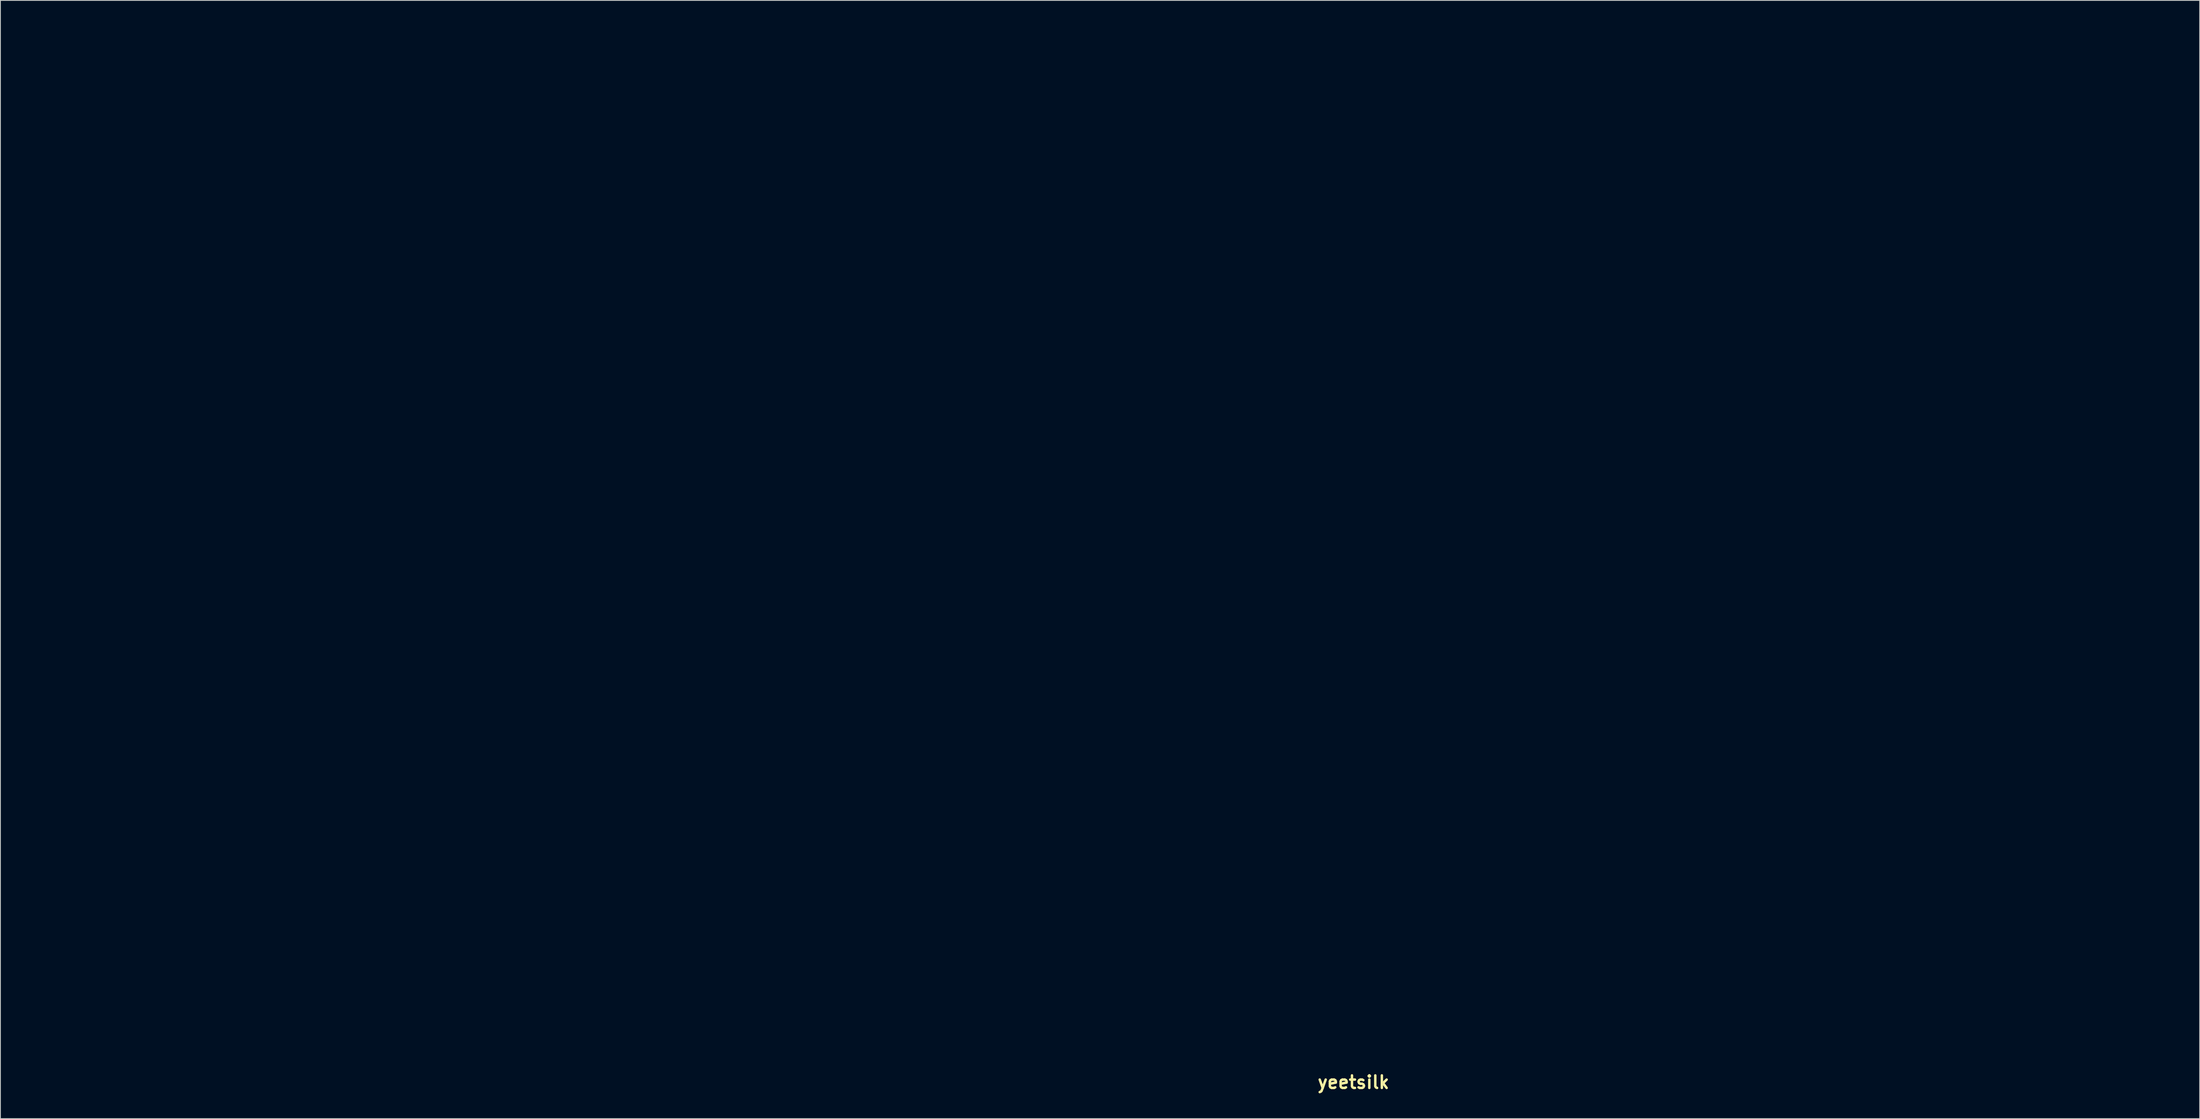
<source format=kicad_pcb>
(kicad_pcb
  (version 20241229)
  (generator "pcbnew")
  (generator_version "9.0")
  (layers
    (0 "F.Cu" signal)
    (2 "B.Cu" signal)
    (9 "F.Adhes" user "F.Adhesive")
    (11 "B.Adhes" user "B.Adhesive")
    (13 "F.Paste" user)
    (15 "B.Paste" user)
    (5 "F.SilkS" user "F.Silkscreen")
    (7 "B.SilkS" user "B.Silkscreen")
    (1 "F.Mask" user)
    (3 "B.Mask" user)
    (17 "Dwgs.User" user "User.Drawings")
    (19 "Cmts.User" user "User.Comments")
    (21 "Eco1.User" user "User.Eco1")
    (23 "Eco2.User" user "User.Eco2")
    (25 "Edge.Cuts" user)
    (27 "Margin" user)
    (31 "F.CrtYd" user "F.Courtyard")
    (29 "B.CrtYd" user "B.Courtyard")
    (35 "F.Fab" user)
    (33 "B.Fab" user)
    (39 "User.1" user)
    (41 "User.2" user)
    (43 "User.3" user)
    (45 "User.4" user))
  (footprint "yeetsilk"
    (layer "F.Cu")
    (at 161.325 128.492)
    (property "Reference" "yeetsilk" (at 0 0 0) (layer "F.SilkS") (effects (font (size 1.524 1.524) (thickness 0.3))))
    (attr through_hole)
    (fp_poly (pts (xy 30.885 -128.403) (xy 31.946 -128.137) (xy 33.335 -127.569) (xy 34.394 -126.758) (xy 35.159 -125.65) (xy 35.664 -124.189) (xy 35.946 -122.32) (xy 35.98 -121.87) (xy 36.035 -120.463) (xy 35.976 -119.296) (xy 35.781 -118.11) (xy 35.605 -117.348) (xy 35.318 -116.121) (xy 35.043 -114.856) (xy 34.834 -113.799) (xy 34.81 -113.665) (xy 34.611 -112.72) (xy 34.308 -111.501) (xy 33.955 -110.218) (xy 33.809 -109.728) (xy 33.411 -108.396) (xy 32.994 -106.966) (xy 32.633 -105.69) (xy 32.541 -105.357) (xy 32.218 -104.322) (xy 31.748 -103.004) (xy 31.199 -101.585) (xy 30.706 -100.404) (xy 30.048 -98.872) (xy 29.31 -97.13) (xy 28.598 -95.429) (xy 28.184 -94.424) (xy 26.961 -91.44) (xy 27.605 -91.44) (xy 27.985 -91.453) (xy 28.818 -91.491) (xy 30.052 -91.551) (xy 31.633 -91.63) (xy 33.508 -91.726) (xy 35.623 -91.836) (xy 37.926 -91.957) (xy 40.096 -92.072) (xy 43.919 -92.272) (xy 48.098 -92.484) (xy 52.527 -92.702) (xy 57.098 -92.921) (xy 61.704 -93.137) (xy 66.237 -93.344) (xy 70.591 -93.538) (xy 74.656 -93.713) (xy 78.327 -93.864) (xy 78.486 -93.87) (xy 80.418 -93.91) (xy 82.535 -93.889) (xy 84.76 -93.813) (xy 87.018 -93.69) (xy 89.23 -93.525) (xy 91.321 -93.325) (xy 93.214 -93.097) (xy 94.831 -92.847) (xy 96.097 -92.582) (xy 96.935 -92.308) (xy 96.958 -92.297) (xy 98.155 -91.564) (xy 98.976 -90.632) (xy 99.549 -89.355) (xy 99.559 -89.325) (xy 99.762 -87.922) (xy 99.514 -86.527) (xy 98.862 -85.24) (xy 97.851 -84.165) (xy 96.896 -83.563) (xy 95.702 -82.985) (xy 88.681 -83.563) (xy 81.661 -84.14) (xy 66.929 -83.47) (xy 63.567 -83.316) (xy 60.106 -83.154) (xy 56.591 -82.987) (xy 53.064 -82.817) (xy 49.569 -82.646) (xy 46.15 -82.477) (xy 42.849 -82.312) (xy 39.711 -82.152) (xy 36.779 -82) (xy 34.096 -81.859) (xy 31.705 -81.731) (xy 29.651 -81.617) (xy 27.976 -81.52) (xy 26.725 -81.442) (xy 25.971 -81.388) (xy 24.13 -81.237) (xy 24.13 -80.293) (xy 24.16 -79.511) (xy 24.245 -78.314) (xy 24.374 -76.791) (xy 24.539 -75.033) (xy 24.73 -73.127) (xy 24.937 -71.164) (xy 25.151 -69.232) (xy 25.363 -67.42) (xy 25.562 -65.819) (xy 25.741 -64.517) (xy 25.889 -63.603) (xy 25.908 -63.5) (xy 26.167 -62.136) (xy 26.423 -60.661) (xy 26.632 -59.344) (xy 26.674 -59.055) (xy 26.871 -57.827) (xy 27.117 -56.553) (xy 27.36 -55.507) (xy 27.362 -55.499) (xy 27.632 -54.662) (xy 28.027 -53.644) (xy 28.495 -52.561) (xy 28.981 -51.529) (xy 29.431 -50.667) (xy 29.79 -50.091) (xy 29.945 -49.928) (xy 30.154 -50.039) (xy 30.344 -50.508) (xy 30.359 -50.572) (xy 30.712 -51.376) (xy 31.368 -52.267) (xy 32.183 -53.085) (xy 33.015 -53.671) (xy 33.202 -53.76) (xy 34.593 -54.09) (xy 36.039 -54.001) (xy 37.404 -53.53) (xy 38.552 -52.71) (xy 38.943 -52.263) (xy 39.648 -51.061) (xy 40.016 -49.735) (xy 40.08 -48.15) (xy 40.044 -47.606) (xy 39.73 -45.575) (xy 39.125 -43.852) (xy 38.165 -42.292) (xy 37.31 -41.285) (xy 35.797 -39.894) (xy 34.282 -38.985) (xy 32.702 -38.536) (xy 30.992 -38.524) (xy 29.874 -38.719) (xy 28.379 -39.142) (xy 27.065 -39.709) (xy 25.768 -40.505) (xy 24.337 -41.604) (xy 23.296 -42.513) (xy 22.433 -43.412) (xy 21.667 -44.41) (xy 20.916 -45.62) (xy 20.097 -47.154) (xy 19.771 -47.804) (xy 18.568 -50.594) (xy 17.658 -53.549) (xy 17.003 -56.805) (xy 16.898 -57.509) (xy 16.696 -58.83) (xy 16.465 -60.179) (xy 16.243 -61.338) (xy 16.159 -61.722) (xy 15.977 -62.667) (xy 15.777 -63.935) (xy 15.588 -65.342) (xy 15.467 -66.403) (xy 15.33 -67.671) (xy 15.223 -68.5) (xy 15.126 -68.955) (xy 15.02 -69.103) (xy 14.884 -69.01) (xy 14.751 -68.822) (xy 14.479 -68.433) (xy 13.958 -67.71) (xy 13.242 -66.728) (xy 12.385 -65.559) (xy 11.44 -64.279) (xy 11.338 -64.141) (xy 7.779 -59.576) (xy 3.778 -54.895) (xy -0.625 -50.141) (xy -4.523 -46.206) (xy -6.136 -44.63) (xy -7.469 -43.352) (xy -8.596 -42.307) (xy -9.593 -41.432) (xy -10.536 -40.662) (xy -11.5 -39.934) (xy -12.562 -39.184) (xy -13.798 -38.347) (xy -14.008 -38.207) (xy -16.055 -36.864) (xy -17.795 -35.783) (xy -19.324 -34.916) (xy -20.738 -34.215) (xy -22.132 -33.634) (xy -23.603 -33.123) (xy -25.246 -32.637) (xy -25.273 -32.629) (xy -28.018 -31.967) (xy -30.489 -31.601) (xy -32.822 -31.526) (xy -35.152 -31.736) (xy -37.084 -32.101) (xy -39.164 -32.637) (xy -40.857 -33.241) (xy -42.284 -33.978) (xy -43.566 -34.911) (xy -44.822 -36.104) (xy -45.004 -36.297) (xy -45.89 -37.3) (xy -46.622 -38.277) (xy -47.298 -39.378) (xy -48.02 -40.757) (xy -48.269 -41.265) (xy -49.124 -43.118) (xy -49.745 -44.703) (xy -50.178 -46.178) (xy -50.465 -47.702) (xy -50.652 -49.432) (xy -50.685 -49.858) (xy -50.806 -51.164) (xy -50.95 -51.964) (xy -51.114 -52.259) (xy -51.149 -52.258) (xy -51.411 -52.029) (xy -51.898 -51.478) (xy -52.534 -50.695) (xy -53.086 -49.978) (xy -53.897 -48.984) (xy -55.019 -47.725) (xy -56.382 -46.273) (xy -57.913 -44.698) (xy -59.543 -43.071) (xy -61.199 -41.461) (xy -62.812 -39.94) (xy -64.309 -38.578) (xy -65.621 -37.446) (xy -66.068 -37.082) (xy -68.866 -35.063) (xy -71.701 -33.44) (xy -74.531 -32.226) (xy -77.314 -31.435) (xy -80.01 -31.078) (xy -82.577 -31.168) (xy -84.161 -31.473) (xy -86.838 -32.369) (xy -89.102 -33.551) (xy -90.968 -35.03) (xy -92.451 -36.815) (xy -93.093 -37.903) (xy -93.547 -38.769) (xy -93.908 -39.444) (xy -94.116 -39.816) (xy -94.139 -39.852) (xy -94.396 -39.809) (xy -95.001 -39.606) (xy -95.837 -39.282) (xy -96.07 -39.186) (xy -97.114 -38.786) (xy -98.123 -38.452) (xy -98.892 -38.255) (xy -98.933 -38.247) (xy -99.748 -38.07) (xy -100.772 -37.796) (xy -101.473 -37.583) (xy -102.148 -37.395) (xy -103.232 -37.129) (xy -104.637 -36.805) (xy -106.274 -36.444) (xy -108.053 -36.065) (xy -109.347 -35.797) (xy -111.36 -35.391) (xy -112.985 -35.077) (xy -114.331 -34.842) (xy -115.506 -34.671) (xy -116.62 -34.551) (xy -117.781 -34.467) (xy -119.098 -34.407) (xy -120.607 -34.357) (xy -125.517 -34.212) (xy -126.195 -33.338) (xy -128.305 -30.657) (xy -130.142 -28.402) (xy -131.707 -26.574) (xy -131.826 -26.439) (xy -133.328 -24.919) (xy -135.096 -23.402) (xy -137.011 -21.973) (xy -138.95 -20.719) (xy -140.792 -19.726) (xy -141.966 -19.231) (xy -143.133 -18.929) (xy -144.613 -18.722) (xy -146.244 -18.613) (xy -147.867 -18.609) (xy -149.321 -18.716) (xy -150.447 -18.937) (xy -150.476 -18.946) (xy -152.248 -19.713) (xy -154.072 -20.861) (xy -155.83 -22.292) (xy -157.405 -23.906) (xy -158.678 -25.608) (xy -158.858 -25.901) (xy -160.173 -28.5) (xy -160.993 -31.02) (xy -161.32 -33.49) (xy -161.295 -33.866) (xy -151.363 -33.866) (xy -151.139 -32.581) (xy -150.487 -31.25) (xy -149.419 -29.929) (xy -149.098 -29.616) (xy -148.386 -28.982) (xy -147.846 -28.631) (xy -147.296 -28.481) (xy -146.555 -28.448) (xy -146.528 -28.448) (xy -145.575 -28.522) (xy -144.744 -28.798) (xy -143.913 -29.269) (xy -142.22 -30.409) (xy -140.817 -31.514) (xy -139.525 -32.736) (xy -138.721 -33.596) (xy -137.941 -34.494) (xy -137.502 -35.094) (xy -137.371 -35.446) (xy -137.451 -35.573) (xy -137.853 -35.699) (xy -138.613 -35.861) (xy -139.581 -36.03) (xy -139.827 -36.067) (xy -141.111 -36.271) (xy -142.495 -36.509) (xy -143.637 -36.721) (xy -145.496 -37.055) (xy -146.951 -37.232) (xy -148.083 -37.244) (xy -148.972 -37.084) (xy -149.7 -36.745) (xy -150.348 -36.218) (xy -150.482 -36.081) (xy -151.148 -35.051) (xy -151.363 -33.866) (xy -161.295 -33.866) (xy -161.156 -35.939) (xy -160.502 -38.397) (xy -159.703 -40.24) (xy -158.952 -41.39) (xy -157.855 -42.634) (xy -156.526 -43.874) (xy -155.082 -45.014) (xy -153.639 -45.957) (xy -152.313 -46.607) (xy -151.872 -46.755) (xy -150.778 -46.954) (xy -149.319 -47.062) (xy -147.628 -47.081) (xy -145.838 -47.014) (xy -144.083 -46.861) (xy -142.621 -46.648) (xy -141.318 -46.409) (xy -139.73 -46.118) (xy -138.074 -45.815) (xy -136.779 -45.577) (xy -135.352 -45.334) (xy -133.922 -45.126) (xy -132.659 -44.973) (xy -131.744 -44.9) (xy -130.012 -44.831) (xy -128.103 -48.133) (xy -127.353 -49.431) (xy -126.621 -50.699) (xy -125.979 -51.814) (xy -125.498 -52.65) (xy -125.4 -52.821) (xy -125.066 -53.499) (xy -124.612 -54.556) (xy -124.078 -55.89) (xy -123.505 -57.4) (xy -122.933 -58.983) (xy -122.912 -59.044) (xy -122.307 -60.763) (xy -121.677 -62.546) (xy -121.071 -64.251) (xy -120.538 -65.738) (xy -120.177 -66.739) (xy -119.791 -67.84) (xy -119.505 -68.745) (xy -119.344 -69.36) (xy -119.337 -69.596) (xy -119.339 -69.596) (xy -119.631 -69.443) (xy -120.164 -69.05) (xy -120.599 -68.691) (xy -122.518 -67.271) (xy -124.496 -66.221) (xy -126.459 -65.569) (xy -128.335 -65.345) (xy -129.165 -65.395) (xy -130.546 -65.724) (xy -132.108 -66.346) (xy -133.692 -67.178) (xy -135.14 -68.136) (xy -136.293 -69.135) (xy -136.335 -69.179) (xy -137.196 -70.161) (xy -137.935 -71.17) (xy -138.571 -72.263) (xy -139.12 -73.497) (xy -139.602 -74.93) (xy -140.034 -76.618) (xy -140.435 -78.618) (xy -140.822 -80.988) (xy -141.214 -83.783) (xy -141.383 -85.09) (xy -141.72 -87.855) (xy -141.969 -90.218) (xy -142.132 -92.278) (xy -142.21 -94.135) (xy -142.204 -95.886) (xy -142.115 -97.632) (xy -141.945 -99.469) (xy -141.695 -101.498) (xy -141.598 -102.209) (xy -141.311 -104.163) (xy -141.048 -105.687) (xy -140.785 -106.858) (xy -140.497 -107.751) (xy -140.162 -108.443) (xy -139.756 -109.011) (xy -139.354 -109.436) (xy -138.3 -110.238) (xy -137.135 -110.649) (xy -135.975 -110.744) (xy -134.455 -110.507) (xy -133.125 -109.8) (xy -132.346 -109.068) (xy -131.873 -108.476) (xy -131.531 -107.881) (xy -131.315 -107.206) (xy -131.218 -106.375) (xy -131.235 -105.31) (xy -131.359 -103.933) (xy -131.584 -102.168) (xy -131.713 -101.249) (xy -131.969 -99.384) (xy -132.146 -97.893) (xy -132.252 -96.651) (xy -132.296 -95.531) (xy -132.284 -94.408) (xy -132.238 -93.354) (xy -132.125 -91.786) (xy -131.945 -89.883) (xy -131.716 -87.799) (xy -131.457 -85.689) (xy -131.186 -83.71) (xy -130.922 -82.014) (xy -130.814 -81.407) (xy -130.626 -80.324) (xy -130.446 -79.174) (xy -130.402 -78.867) (xy -130.134 -77.776) (xy -129.682 -76.771) (xy -129.125 -75.989) (xy -128.543 -75.571) (xy -128.531 -75.567) (xy -128.051 -75.582) (xy -127.422 -75.933) (xy -126.952 -76.309) (xy -126.336 -76.811) (xy -125.876 -77.14) (xy -125.717 -77.216) (xy -125.516 -77.429) (xy -125.135 -78.009) (xy -124.623 -78.871) (xy -124.028 -79.926) (xy -123.397 -81.088) (xy -122.777 -82.271) (xy -122.218 -83.388) (xy -121.765 -84.351) (xy -121.664 -84.582) (xy -121.161 -85.702) (xy -120.613 -86.838) (xy -120.135 -87.751) (xy -120.117 -87.783) (xy -119.768 -88.5) (xy -119.348 -89.514) (xy -118.897 -90.705) (xy -118.457 -91.953) (xy -118.07 -93.139) (xy -117.776 -94.144) (xy -117.618 -94.848) (xy -117.602 -95.022) (xy -117.526 -95.405) (xy -117.316 -96.177) (xy -117 -97.246) (xy -116.604 -98.521) (xy -116.326 -99.386) (xy -115.595 -101.495) (xy -114.906 -103.166) (xy -114.222 -104.46) (xy -113.505 -105.441) (xy -112.717 -106.173) (xy -112.014 -106.618) (xy -110.606 -107.101) (xy -109.144 -107.13) (xy -107.728 -106.738) (xy -106.456 -105.957) (xy -105.427 -104.817) (xy -105.193 -104.433) (xy -104.82 -103.565) (xy -104.599 -102.679) (xy -104.575 -102.413) (xy -104.589 -101.683) (xy -104.649 -100.543) (xy -104.745 -99.085) (xy -104.871 -97.404) (xy -105.018 -95.594) (xy -105.179 -93.748) (xy -105.345 -91.961) (xy -105.508 -90.326) (xy -105.661 -88.938) (xy -105.795 -87.891) (xy -105.815 -87.757) (xy -106.023 -86.274) (xy -106.23 -84.596) (xy -106.399 -83.032) (xy -106.432 -82.677) (xy -106.842 -79.329) (xy -107.479 -75.712) (xy -108.306 -71.99) (xy -109.287 -68.328) (xy -110.353 -64.982) (xy -111.444 -61.848) (xy -112.388 -59.153) (xy -113.2 -56.853) (xy -113.898 -54.905) (xy -114.498 -53.268) (xy -115.017 -51.898) (xy -115.472 -50.753) (xy -115.881 -49.79) (xy -116.259 -48.966) (xy -116.623 -48.24) (xy -116.992 -47.568) (xy -117.38 -46.909) (xy -117.741 -46.323) (xy -118.256 -45.484) (xy -118.649 -44.824) (xy -118.855 -44.448) (xy -118.872 -44.403) (xy -118.634 -44.342) (xy -117.96 -44.382) (xy -116.908 -44.515) (xy -115.538 -44.73) (xy -113.91 -45.018) (xy -112.082 -45.37) (xy -110.115 -45.777) (xy -109.855 -45.832) (xy -107.089 -46.44) (xy -104.77 -46.976) (xy -102.846 -47.455) (xy -101.264 -47.892) (xy -99.969 -48.301) (xy -98.91 -48.696) (xy -98.519 -48.862) (xy -97.09 -49.496) (xy -96.959 -53.514) (xy -96.69 -56.719) (xy -86.838 -56.719) (xy -86.699 -56.722) (xy -86.339 -57.116) (xy -85.739 -57.917) (xy -85.516 -58.23) (xy -84.852 -59.222) (xy -84.213 -60.265) (xy -83.762 -61.087) (xy -83.303 -61.985) (xy -82.727 -63.077) (xy -82.208 -64.035) (xy -81.382 -65.824) (xy -80.628 -68.036) (xy -79.972 -70.589) (xy -79.652 -72.156) (xy -79.426 -73.4) (xy -79.297 -74.216) (xy -79.266 -74.67) (xy -79.333 -74.834) (xy -79.499 -74.776) (xy -79.67 -74.644) (xy -80.178 -74.082) (xy -80.823 -73.16) (xy -81.54 -71.987) (xy -82.266 -70.67) (xy -82.939 -69.316) (xy -83.377 -68.326) (xy -83.931 -66.913) (xy -84.511 -65.312) (xy -85.08 -63.637) (xy -85.599 -62.004) (xy -86.033 -60.528) (xy -86.345 -59.324) (xy -86.475 -58.674) (xy -86.611 -57.873) (xy -86.74 -57.232) (xy -86.777 -57.087) (xy -86.838 -56.719) (xy -96.69 -56.719) (xy -96.57 -58.141) (xy -95.717 -62.739) (xy -94.424 -67.195) (xy -93.668 -69.215) (xy -93.345 -70.022) (xy -92.91 -71.12) (xy -92.434 -72.326) (xy -92.21 -72.898) (xy -90.928 -75.599) (xy -89.213 -78.318) (xy -87.127 -80.961) (xy -85.616 -82.581) (xy -83.927 -84.192) (xy -82.413 -85.436) (xy -80.984 -86.376) (xy -79.548 -87.076) (xy -78.755 -87.371) (xy -77.766 -87.666) (xy -76.994 -87.773) (xy -76.195 -87.715) (xy -75.81 -87.65) (xy -73.914 -87.092) (xy -72.291 -86.192) (xy -71.006 -84.996) (xy -70.13 -83.571) (xy -69.629 -81.941) (xy -69.335 -79.933) (xy -69.238 -77.628) (xy -69.327 -75.106) (xy -69.592 -72.449) (xy -70.022 -69.736) (xy -70.608 -67.05) (xy -71.339 -64.47) (xy -72.204 -62.078) (xy -73.152 -60.032) (xy -73.81 -58.787) (xy -74.494 -57.493) (xy -75.103 -56.344) (xy -75.377 -55.828) (xy -76.024 -54.715) (xy -76.854 -53.443) (xy -77.792 -52.112) (xy -78.765 -50.817) (xy -79.699 -49.657) (xy -80.521 -48.73) (xy -81.157 -48.133) (xy -81.188 -48.11) (xy -81.952 -47.526) (xy -82.964 -46.728) (xy -84.085 -45.827) (xy -85.174 -44.934) (xy -85.19 -44.921) (xy -85.256 -44.567) (xy -85.087 -43.926) (xy -84.733 -43.132) (xy -84.271 -42.36) (xy -83.493 -41.662) (xy -82.342 -41.222) (xy -80.89 -41.059) (xy -79.421 -41.16) (xy -78.457 -41.337) (xy -77.576 -41.61) (xy -76.622 -42.041) (xy -75.436 -42.692) (xy -75.195 -42.832) (xy -74.037 -43.542) (xy -72.892 -44.299) (xy -71.927 -44.992) (xy -71.501 -45.332) (xy -70.694 -46.051) (xy -69.668 -47.011) (xy -68.487 -48.149) (xy -67.212 -49.401) (xy -65.908 -50.703) (xy -64.636 -51.993) (xy -63.46 -53.207) (xy -62.442 -54.281) (xy -61.645 -55.153) (xy -61.132 -55.758) (xy -61.036 -55.889) (xy -60.567 -56.5) (xy -59.805 -57.405) (xy -58.813 -58.535) (xy -57.655 -59.821) (xy -56.395 -61.195) (xy -55.095 -62.587) (xy -53.819 -63.93) (xy -52.63 -65.155) (xy -51.591 -66.192) (xy -51.089 -66.675) (xy -50.276 -67.452) (xy -49.208 -68.488) (xy -47.986 -69.684) (xy -46.713 -70.939) (xy -45.747 -71.897) (xy -44.235 -73.376) (xy -42.993 -74.512) (xy -41.96 -75.344) (xy -41.073 -75.911) (xy -40.267 -76.252) (xy -39.481 -76.407) (xy -38.65 -76.413) (xy -38.479 -76.401) (xy -36.96 -76.041) (xy -35.685 -75.273) (xy -34.714 -74.164) (xy -34.107 -72.78) (xy -33.921 -71.365) (xy -33.943 -70.719) (xy -34.044 -70.144) (xy -34.268 -69.523) (xy -34.659 -68.74) (xy -35.264 -67.677) (xy -35.485 -67.301) (xy -37.194 -64.235) (xy -38.59 -61.363) (xy -39.649 -58.744) (xy -40.048 -57.531) (xy -40.34 -56.488) (xy -40.537 -55.574) (xy -40.656 -54.637) (xy -40.715 -53.521) (xy -40.734 -52.075) (xy -40.734 -51.816) (xy -40.737 -48.387) (xy -39.581 -45.974) (xy -38.859 -44.549) (xy -38.215 -43.52) (xy -37.554 -42.802) (xy -36.787 -42.313) (xy -35.818 -41.968) (xy -34.918 -41.757) (xy -32.97 -41.489) (xy -31.048 -41.522) (xy -28.997 -41.868) (xy -27.559 -42.254) (xy -26.404 -42.61) (xy -25.449 -42.94) (xy -24.592 -43.295) (xy -23.732 -43.727) (xy -22.767 -44.287) (xy -21.594 -45.027) (xy -20.113 -45.999) (xy -19.969 -46.094) (xy -18.706 -46.946) (xy -17.601 -47.734) (xy -16.569 -48.531) (xy -15.524 -49.409) (xy -14.379 -50.439) (xy -13.049 -51.694) (xy -11.529 -53.167) (xy -9.984 -54.7) (xy -8.323 -56.388) (xy -6.657 -58.118) (xy -5.096 -59.773) (xy -3.752 -61.238) (xy -3.321 -61.722) (xy -2.048 -63.196) (xy -0.677 -64.844) (xy 0.74 -66.594) (xy 2.146 -68.376) (xy 3.486 -70.118) (xy 4.705 -71.747) (xy 5.748 -73.193) (xy 6.559 -74.384) (xy 7.01 -75.113) (xy 7.468 -75.905) (xy 8.08 -76.942) (xy 8.734 -78.034) (xy 8.922 -78.346) (xy 9.445 -79.231) (xy 9.839 -79.937) (xy 10.048 -80.364) (xy 10.065 -80.444) (xy 9.805 -80.442) (xy 9.076 -80.414) (xy 7.915 -80.361) (xy 6.362 -80.284) (xy 4.452 -80.187) (xy 2.226 -80.07) (xy -0.281 -79.937) (xy -3.029 -79.788) (xy -5.98 -79.626) (xy -9.097 -79.453) (xy -10.536 -79.373) (xy -13.738 -79.196) (xy -16.807 -79.031) (xy -19.705 -78.88) (xy -22.39 -78.746) (xy -24.823 -78.629) (xy -26.965 -78.531) (xy -28.775 -78.455) (xy -30.214 -78.403) (xy -31.241 -78.375) (xy -31.817 -78.375) (xy -31.913 -78.383) (xy -33.026 -78.802) (xy -34.11 -79.565) (xy -34.985 -80.527) (xy -35.32 -81.105) (xy -35.729 -82.558) (xy -35.695 -84.013) (xy -35.258 -85.375) (xy -34.461 -86.551) (xy -33.345 -87.447) (xy -32.31 -87.884) (xy -31.921 -87.937) (xy -31.063 -88.015) (xy -29.773 -88.115) (xy -28.089 -88.235) (xy -26.049 -88.373) (xy -23.69 -88.525) (xy -21.051 -88.69) (xy -18.169 -88.865) (xy -15.081 -89.047) (xy -11.827 -89.235) (xy -8.524 -89.421) (xy -5.167 -89.608) (xy -1.958 -89.788) (xy 1.067 -89.959) (xy 3.873 -90.119) (xy 6.424 -90.265) (xy 8.683 -90.396) (xy 10.616 -90.51) (xy 12.185 -90.604) (xy 13.356 -90.676) (xy 14.092 -90.725) (xy 14.358 -90.747) (xy 14.358 -90.748) (xy 14.391 -91.006) (xy 14.46 -91.691) (xy 14.558 -92.722) (xy 14.677 -94.02) (xy 14.809 -95.504) (xy 14.809 -95.504) (xy 15.017 -97.614) (xy 15.261 -99.6) (xy 15.563 -101.565) (xy 15.94 -103.613) (xy 16.411 -105.847) (xy 16.994 -108.369) (xy 17.643 -111.014) (xy 18.108 -112.852) (xy 18.502 -114.31) (xy 18.869 -115.501) (xy 19.254 -116.54) (xy 19.703 -117.541) (xy 20.262 -118.616) (xy 20.975 -119.881) (xy 21.591 -120.94) (xy 22.838 -122.981) (xy 23.963 -124.603) (xy 25.016 -125.866) (xy 26.049 -126.829) (xy 27.114 -127.551) (xy 27.487 -127.749) (xy 28.713 -128.276) (xy 29.775 -128.487) (xy 30.885 -128.403)) (stroke (width 0.01) (type solid)) (fill no) (layer "Eco2.User")))
  (gr_rect
    (start -3 -3)
    (end 264.093 132.91)
    (stroke (width 0.1) (type default))
    (fill no)
    (layer "Edge.Cuts")))
</source>
